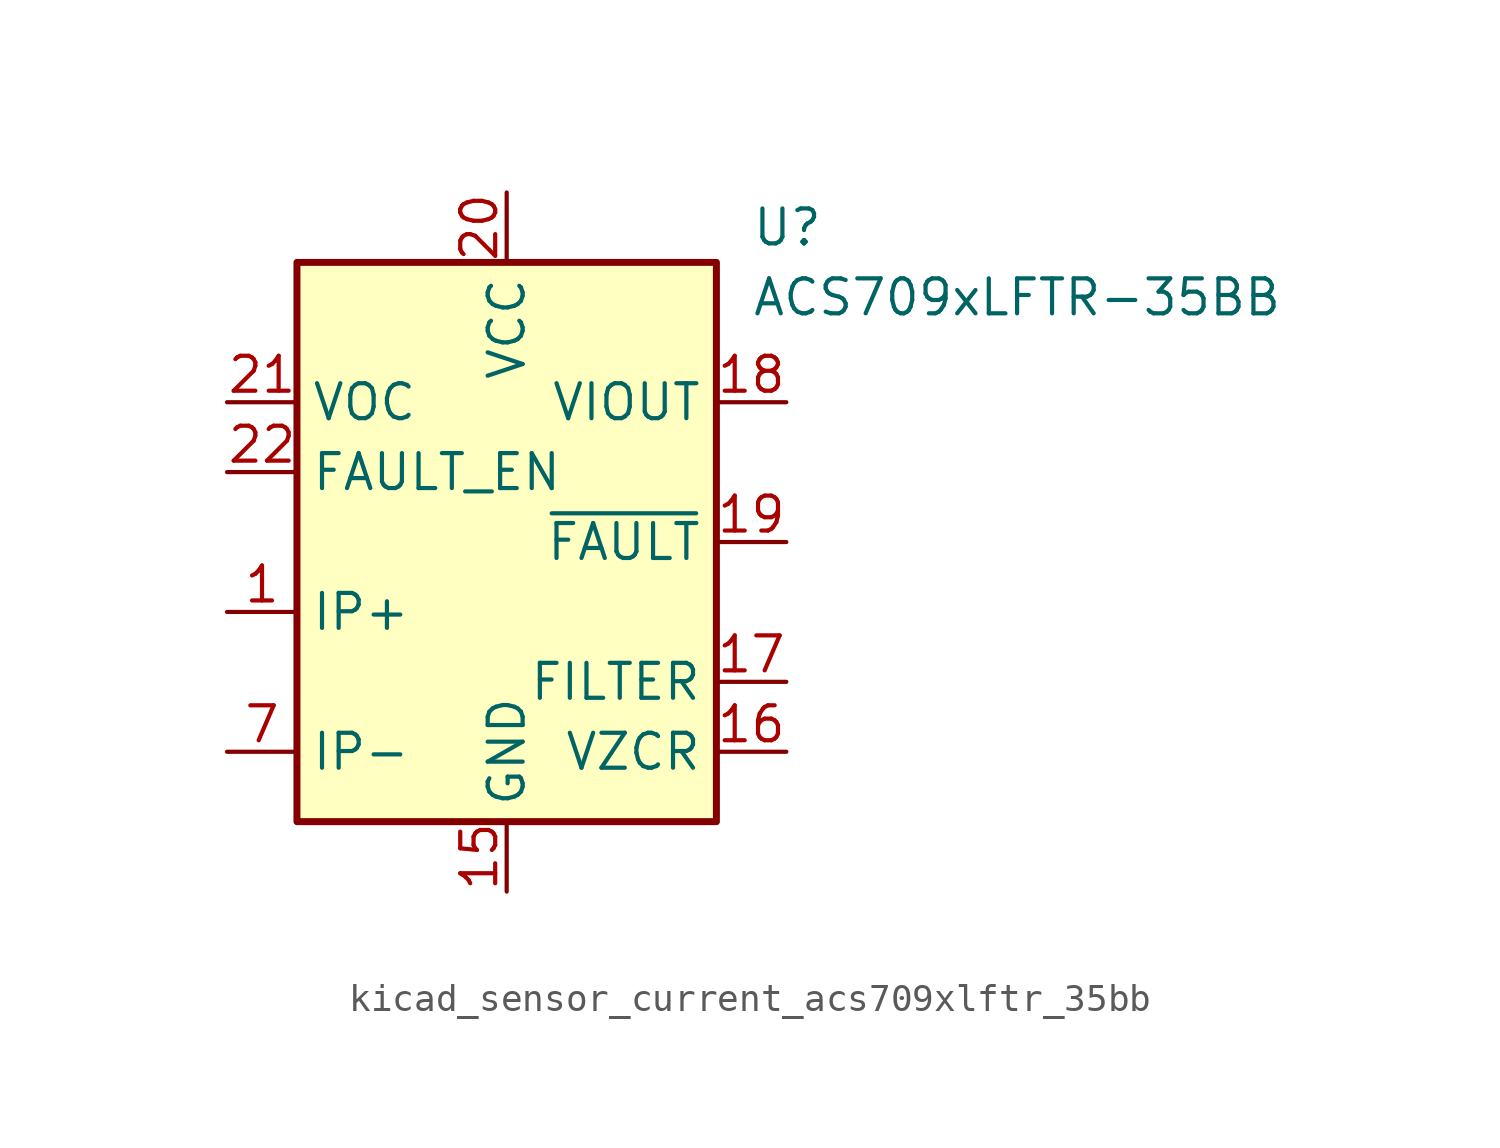
<source format=kicad_sym>
(kicad_symbol_lib
  (version 20220914)
  (generator kicad_symbol_editor)
  (symbol "kicad_sensor_current_acs709xlftr_35bb"
    (property "Reference" "U"
      (at 8.89 11.43 0)
      (effects (font (size 1.27 1.27)) (justify left)))
    (property "Value" "ACS709xLFTR-35BB"
      (at 8.89 8.89 0)
      (effects (font (size 1.27 1.27)) (justify left)))
    (symbol "kicad_sensor_current_acs709xlftr_35bb_0_1"
      (rectangle (start -7.62 10.16) (end 7.62 -10.16) (stroke (width 0.254) (type default)) (fill (type background))))
    (symbol "kicad_sensor_current_acs709xlftr_35bb_1_1"
      (pin passive line (at -10.16 -2.54 0) (length 2.54) (name "IP+" (effects (font (size 1.27 1.27)))) (number "1" (effects (font (size 1.27 1.27)))))
      (pin passive line (at -10.16 -7.62 0) (length 2.54) hide (name "IP-" (effects (font (size 1.27 1.27)))) (number "10" (effects (font (size 1.27 1.27)))))
      (pin passive line (at -10.16 -7.62 0) (length 2.54) hide (name "IP-" (effects (font (size 1.27 1.27)))) (number "11" (effects (font (size 1.27 1.27)))))
      (pin passive line (at -10.16 -7.62 0) (length 2.54) hide (name "IP-" (effects (font (size 1.27 1.27)))) (number "12" (effects (font (size 1.27 1.27)))))
      (pin no_connect line (at -7.62 10.16 0) (length 2.54) hide (name "NC" (effects (font (size 1.27 1.27)))) (number "13" (effects (font (size 1.27 1.27)))))
      (pin no_connect line (at -7.62 7.62 0) (length 2.54) hide (name "NC" (effects (font (size 1.27 1.27)))) (number "14" (effects (font (size 1.27 1.27)))))
      (pin power_in line (at 0 -12.7 90) (length 2.54) (name "GND" (effects (font (size 1.27 1.27)))) (number "15" (effects (font (size 1.27 1.27)))))
      (pin passive line (at 10.16 -7.62 180) (length 2.54) (name "VZCR" (effects (font (size 1.27 1.27)))) (number "16" (effects (font (size 1.27 1.27)))))
      (pin passive line (at 10.16 -5.08 180) (length 2.54) (name "FILTER" (effects (font (size 1.27 1.27)))) (number "17" (effects (font (size 1.27 1.27)))))
      (pin output line (at 10.16 5.08 180) (length 2.54) (name "VIOUT" (effects (font (size 1.27 1.27)))) (number "18" (effects (font (size 1.27 1.27)))))
      (pin output line (at 10.16 0 180) (length 2.54) (name "~{FAULT}" (effects (font (size 1.27 1.27)))) (number "19" (effects (font (size 1.27 1.27)))))
      (pin passive line (at -10.16 -2.54 0) (length 2.54) hide (name "IP+" (effects (font (size 1.27 1.27)))) (number "2" (effects (font (size 1.27 1.27)))))
      (pin power_in line (at 0 12.7 270) (length 2.54) (name "VCC" (effects (font (size 1.27 1.27)))) (number "20" (effects (font (size 1.27 1.27)))))
      (pin input line (at -10.16 5.08 0) (length 2.54) (name "VOC" (effects (font (size 1.27 1.27)))) (number "21" (effects (font (size 1.27 1.27)))))
      (pin input line (at -10.16 2.54 0) (length 2.54) (name "FAULT_EN" (effects (font (size 1.27 1.27)))) (number "22" (effects (font (size 1.27 1.27)))))
      (pin no_connect line (at -7.62 0 0) (length 2.54) hide (name "NC" (effects (font (size 1.27 1.27)))) (number "23" (effects (font (size 1.27 1.27)))))
      (pin no_connect line (at -7.62 -5.08 0) (length 2.54) hide (name "NC" (effects (font (size 1.27 1.27)))) (number "24" (effects (font (size 1.27 1.27)))))
      (pin passive line (at -10.16 -2.54 0) (length 2.54) hide (name "IP+" (effects (font (size 1.27 1.27)))) (number "3" (effects (font (size 1.27 1.27)))))
      (pin passive line (at -10.16 -2.54 0) (length 2.54) hide (name "IP+" (effects (font (size 1.27 1.27)))) (number "4" (effects (font (size 1.27 1.27)))))
      (pin passive line (at -10.16 -2.54 0) (length 2.54) hide (name "IP+" (effects (font (size 1.27 1.27)))) (number "5" (effects (font (size 1.27 1.27)))))
      (pin passive line (at -10.16 -2.54 0) (length 2.54) hide (name "IP+" (effects (font (size 1.27 1.27)))) (number "6" (effects (font (size 1.27 1.27)))))
      (pin passive line (at -10.16 -7.62 0) (length 2.54) (name "IP-" (effects (font (size 1.27 1.27)))) (number "7" (effects (font (size 1.27 1.27)))))
      (pin passive line (at -10.16 -7.62 0) (length 2.54) hide (name "IP-" (effects (font (size 1.27 1.27)))) (number "8" (effects (font (size 1.27 1.27)))))
      (pin passive line (at -10.16 -7.62 0) (length 2.54) hide (name "IP-" (effects (font (size 1.27 1.27)))) (number "9" (effects (font (size 1.27 1.27))))))))
</source>
